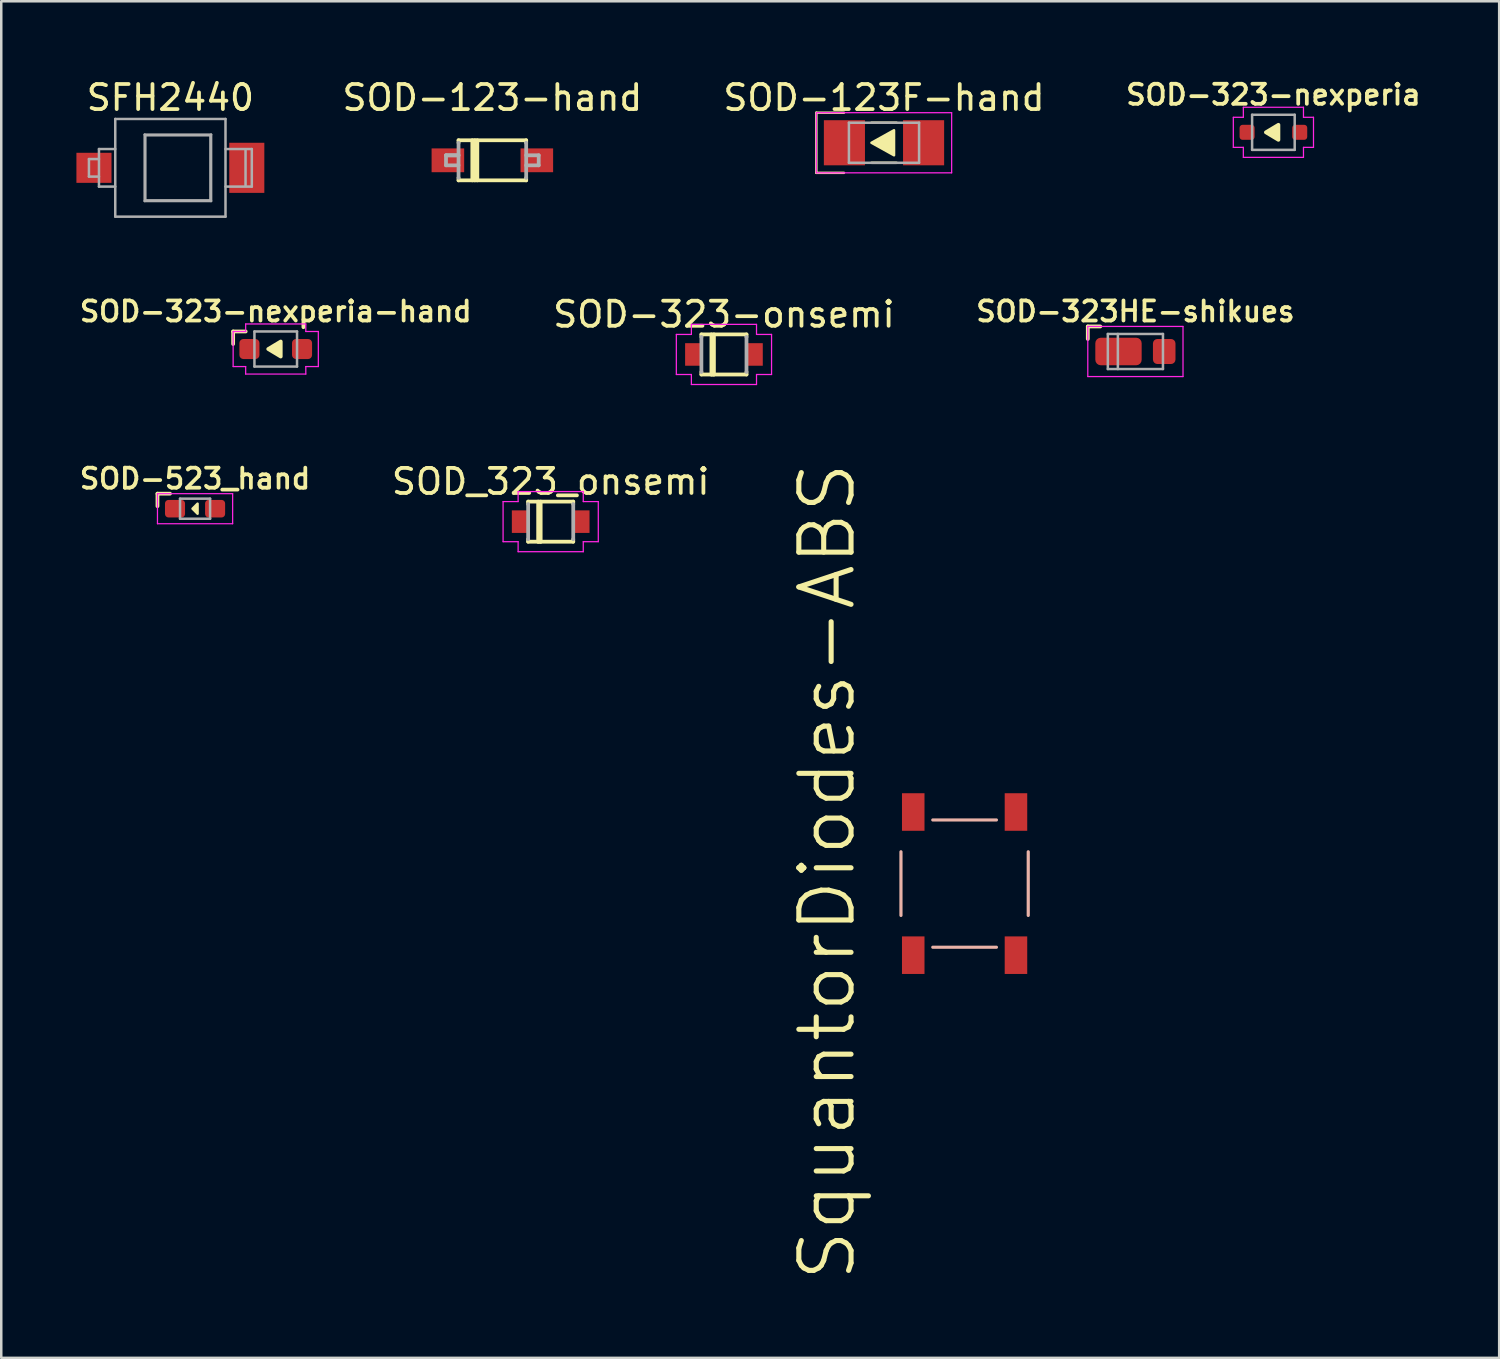
<source format=kicad_pcb>
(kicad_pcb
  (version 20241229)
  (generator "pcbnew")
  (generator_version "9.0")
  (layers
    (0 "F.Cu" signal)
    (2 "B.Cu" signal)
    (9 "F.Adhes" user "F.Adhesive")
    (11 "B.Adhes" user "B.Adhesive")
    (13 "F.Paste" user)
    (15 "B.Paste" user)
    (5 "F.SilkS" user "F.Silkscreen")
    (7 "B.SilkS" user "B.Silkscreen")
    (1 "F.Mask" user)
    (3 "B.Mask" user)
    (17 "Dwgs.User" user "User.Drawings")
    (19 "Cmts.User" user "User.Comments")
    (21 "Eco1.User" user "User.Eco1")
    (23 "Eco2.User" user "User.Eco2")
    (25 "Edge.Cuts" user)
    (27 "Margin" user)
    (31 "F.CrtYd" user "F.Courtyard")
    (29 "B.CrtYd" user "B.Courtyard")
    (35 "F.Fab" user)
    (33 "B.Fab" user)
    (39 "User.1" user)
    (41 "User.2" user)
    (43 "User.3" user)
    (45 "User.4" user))
  (footprint "SquantorDiodes-ABS"
    (layer "F.Cu")
    (at 35.449 32.216)
    (property "Reference" "SquantorDiodes-ABS" (at -5.486 -0.483 90) (layer "F.SilkS") (effects (font (size 2.083 2.083) (thickness 0.203))))
    (attr smd)
    (fp_line (start -2.54 -1.27) (end -2.54 1.27) (stroke (width 0.127) (type solid)) (layer "B.SilkS"))
    (fp_line (start -1.27 -2.54) (end 1.27 -2.54) (stroke (width 0.127) (type solid)) (layer "B.SilkS"))
    (fp_line (start -1.27 2.54) (end 1.27 2.54) (stroke (width 0.127) (type solid)) (layer "B.SilkS"))
    (fp_line (start 2.54 -1.27) (end 2.54 1.27) (stroke (width 0.127) (type solid)) (layer "B.SilkS"))
    (pad "+" smd rect (at 2.05 -2.857 90) (size 1.499 0.899) (layers "F.Cu" "F.Mask" "F.Paste"))
    (pad "-" smd rect (at -2.05 -2.857 270) (size 1.499 0.899) (layers "F.Cu" "F.Mask" "F.Paste"))
    (pad "AC@1" smd rect (at -2.05 2.857 270) (size 1.499 0.899) (layers "F.Cu" "F.Mask" "F.Paste"))
    (pad "AC@2" smd rect (at 2.05 2.857 90) (size 1.499 0.899) (layers "F.Cu" "F.Mask" "F.Paste")))
  (footprint "SOD-523_hand"
    (layer "F.Cu")
    (at 4.735 17.253)
    (property "Reference" "SOD-523_hand" (at 0 -1.2 0) (layer "F.SilkS") (effects (font (size 0.8 0.8) (thickness 0.15))))
    (attr smd)
    (fp_line (start -1.5 -0.6) (end -1.5 -0.1) (stroke (width 0.15) (type default)) (layer "F.SilkS"))
    (fp_line (start -1.5 -0.6) (end -1 -0.6) (stroke (width 0.15) (type default)) (layer "F.SilkS"))
    (fp_poly (pts (xy 0.1 0.2) (xy -0.1 0) (xy 0.1 -0.2)) (stroke (width 0.1) (type solid)) (fill yes) (layer "F.SilkS"))
    (fp_line (start -1.5 -0.6) (end 1.5 -0.6) (stroke (width 0.05) (type solid)) (layer "F.CrtYd"))
    (fp_line (start -1.5 0.6) (end -1.5 -0.6) (stroke (width 0.05) (type solid)) (layer "F.CrtYd"))
    (fp_line (start 1.5 -0.6) (end 1.5 0.6) (stroke (width 0.05) (type solid)) (layer "F.CrtYd"))
    (fp_line (start 1.5 0.6) (end -1.5 0.6) (stroke (width 0.05) (type solid)) (layer "F.CrtYd"))
    (fp_line (start -0.6 -0.4) (end 0.6 -0.4) (stroke (width 0.1) (type default)) (layer "F.Fab"))
    (fp_line (start -0.6 0.4) (end -0.6 -0.4) (stroke (width 0.1) (type default)) (layer "F.Fab"))
    (fp_line (start 0.6 -0.4) (end 0.6 0.4) (stroke (width 0.1) (type default)) (layer "F.Fab"))
    (fp_line (start 0.6 0.4) (end -0.6 0.4) (stroke (width 0.1) (type default)) (layer "F.Fab"))
    (pad "1" smd roundrect (at -0.8 0) (size 0.8 0.7) (layers "F.Cu" "F.Mask" "F.Paste") (roundrect_rratio 0.2))
    (pad "2" smd roundrect (at 0.8 0) (size 0.8 0.7) (layers "F.Cu" "F.Mask" "F.Paste") (roundrect_rratio 0.2)))
  (footprint "SFH2440"
    (layer "F.Cu")
    (at 3.75 3.648)
    (property "Reference" "SFH2440" (at 0 -2.8 0) (layer "F.SilkS") (effects (font (size 1 1) (thickness 0.15))))
    (attr smd)
    (fp_line (start -3.25 -0.35) (end -3.25 0.35) (stroke (width 0.1) (type solid)) (layer "F.Fab"))
    (fp_line (start -3.25 -0.35) (end -2.85 -0.35) (stroke (width 0.1) (type solid)) (layer "F.Fab"))
    (fp_line (start -3.25 0.35) (end -2.85 0.35) (stroke (width 0.1) (type solid)) (layer "F.Fab"))
    (fp_line (start -2.85 -0.75) (end -2.85 0.75) (stroke (width 0.1) (type solid)) (layer "F.Fab"))
    (fp_line (start -2.85 -0.75) (end -2.2 -0.75) (stroke (width 0.1) (type solid)) (layer "F.Fab"))
    (fp_line (start -2.85 0.75) (end -2.2 0.75) (stroke (width 0.1) (type solid)) (layer "F.Fab"))
    (fp_line (start -2.2 -1.95) (end 2.2 -1.95) (stroke (width 0.1) (type solid)) (layer "F.Fab"))
    (fp_line (start -2.2 1.95) (end -2.2 -1.95) (stroke (width 0.1) (type solid)) (layer "F.Fab"))
    (fp_line (start -1.025 -1.325) (end -1.025 1.325) (stroke (width 0.1) (type solid)) (layer "F.Fab"))
    (fp_line (start -1.025 1.325) (end 1.625 1.325) (stroke (width 0.1) (type solid)) (layer "F.Fab"))
    (fp_line (start 1.625 -1.325) (end -1.025 -1.325) (stroke (width 0.1) (type solid)) (layer "F.Fab"))
    (fp_line (start 1.625 1.325) (end 1.625 -1.325) (stroke (width 0.1) (type solid)) (layer "F.Fab"))
    (fp_line (start 2.2 -1.95) (end 2.2 1.95) (stroke (width 0.1) (type solid)) (layer "F.Fab"))
    (fp_line (start 2.2 1.95) (end -2.2 1.95) (stroke (width 0.1) (type solid)) (layer "F.Fab"))
    (fp_line (start 3 -0.7) (end 3 0.7) (stroke (width 0.1) (type solid)) (layer "F.Fab"))
    (fp_line (start 3.25 -0.75) (end 2.2 -0.75) (stroke (width 0.1) (type solid)) (layer "F.Fab"))
    (fp_line (start 3.25 0.75) (end 2.2 0.75) (stroke (width 0.1) (type solid)) (layer "F.Fab"))
    (fp_line (start 3.25 0.75) (end 3.25 -0.75) (stroke (width 0.1) (type solid)) (layer "F.Fab"))
    (fp_poly (pts (xy -1 -1.3) (xy 1.6 -1.3) (xy 1.6 1.3) (xy -1 1.3)) (stroke (width 0.1) (type solid)) (fill no) (layer "F.Fab"))
    (pad "1" smd rect (at -3.05 0) (size 1.4 1.2) (layers "F.Cu" "F.Mask" "F.Paste"))
    (pad "2" smd rect (at 3.05 0) (size 1.4 2) (layers "F.Cu" "F.Mask" "F.Paste")))
  (footprint "SOD_323_onsemi"
    (layer "F.Cu")
    (at 18.929 17.77)
    (property "Reference" "SOD_323_onsemi" (at 0 -1.6 0) (layer "F.SilkS") (effects (font (size 1 1) (thickness 0.15))))
    (attr through_hole)
    (fp_line (start -0.9 -0.8) (end -0.9 -0.7) (stroke (width 0.15) (type solid)) (layer "F.SilkS"))
    (fp_line (start -0.9 -0.8) (end 0.9 -0.8) (stroke (width 0.15) (type solid)) (layer "F.SilkS"))
    (fp_line (start -0.9 0.8) (end -0.9 0.7) (stroke (width 0.15) (type solid)) (layer "F.SilkS"))
    (fp_line (start -0.5 -0.8) (end -0.5 0.8) (stroke (width 0.15) (type solid)) (layer "F.SilkS"))
    (fp_line (start -0.5 0.8) (end -0.4 0.8) (stroke (width 0.15) (type solid)) (layer "F.SilkS"))
    (fp_line (start -0.4 0.8) (end -0.4 -0.8) (stroke (width 0.15) (type solid)) (layer "F.SilkS"))
    (fp_line (start 0.9 -0.7) (end 0.9 -0.8) (stroke (width 0.15) (type solid)) (layer "F.SilkS"))
    (fp_line (start 0.9 0.8) (end -0.9 0.8) (stroke (width 0.15) (type solid)) (layer "F.SilkS"))
    (fp_line (start 0.9 0.8) (end 0.9 0.7) (stroke (width 0.15) (type solid)) (layer "F.SilkS"))
    (fp_line (start -1.9 -0.8) (end -1.9 0.8) (stroke (width 0.05) (type solid)) (layer "F.CrtYd"))
    (fp_line (start -1.9 0.8) (end -1.3 0.8) (stroke (width 0.05) (type solid)) (layer "F.CrtYd"))
    (fp_line (start -1.3 -1.2) (end -1.3 -0.8) (stroke (width 0.05) (type solid)) (layer "F.CrtYd"))
    (fp_line (start -1.3 -0.8) (end -1.9 -0.8) (stroke (width 0.05) (type solid)) (layer "F.CrtYd"))
    (fp_line (start -1.3 0.8) (end -1.3 1.2) (stroke (width 0.05) (type solid)) (layer "F.CrtYd"))
    (fp_line (start -1.3 1.2) (end 1.3 1.2) (stroke (width 0.05) (type solid)) (layer "F.CrtYd"))
    (fp_line (start 1.3 -1.2) (end -1.3 -1.2) (stroke (width 0.05) (type solid)) (layer "F.CrtYd"))
    (fp_line (start 1.3 -0.8) (end 1.3 -1.2) (stroke (width 0.05) (type solid)) (layer "F.CrtYd"))
    (fp_line (start 1.3 0.8) (end 1.9 0.8) (stroke (width 0.05) (type solid)) (layer "F.CrtYd"))
    (fp_line (start 1.3 1.2) (end 1.3 0.8) (stroke (width 0.05) (type solid)) (layer "F.CrtYd"))
    (fp_line (start 1.9 -0.8) (end 1.3 -0.8) (stroke (width 0.05) (type solid)) (layer "F.CrtYd"))
    (fp_line (start 1.9 0.8) (end 1.9 -0.8) (stroke (width 0.05) (type solid)) (layer "F.CrtYd"))
    (fp_line (start -0.9 0.7) (end -0.9 -0.7) (stroke (width 0.15) (type solid)) (layer "F.Fab"))
    (fp_line (start 0.9 -0.7) (end 0.9 0.7) (stroke (width 0.15) (type solid)) (layer "F.Fab"))
    (pad "1" smd rect (at -1.2 0) (size 0.7 0.9) (layers "F.Cu" "F.Mask" "F.Paste"))
    (pad "2" smd rect (at 1.2 0) (size 0.7 0.9) (layers "F.Cu" "F.Mask" "F.Paste")))
  (footprint "SOD-323-onsemi"
    (layer "F.Cu")
    (at 25.844 11.097)
    (property "Reference" "SOD-323-onsemi" (at 0 -1.6 0) (layer "F.SilkS") (effects (font (size 1 1) (thickness 0.15))))
    (attr through_hole)
    (fp_line (start -0.9 -0.8) (end -0.9 -0.7) (stroke (width 0.15) (type solid)) (layer "F.SilkS"))
    (fp_line (start -0.9 -0.8) (end 0.9 -0.8) (stroke (width 0.15) (type solid)) (layer "F.SilkS"))
    (fp_line (start -0.9 0.8) (end -0.9 0.7) (stroke (width 0.15) (type solid)) (layer "F.SilkS"))
    (fp_line (start -0.5 -0.8) (end -0.5 0.8) (stroke (width 0.15) (type solid)) (layer "F.SilkS"))
    (fp_line (start -0.5 0.8) (end -0.4 0.8) (stroke (width 0.15) (type solid)) (layer "F.SilkS"))
    (fp_line (start -0.4 0.8) (end -0.4 -0.8) (stroke (width 0.15) (type solid)) (layer "F.SilkS"))
    (fp_line (start 0.9 -0.7) (end 0.9 -0.8) (stroke (width 0.15) (type solid)) (layer "F.SilkS"))
    (fp_line (start 0.9 0.8) (end -0.9 0.8) (stroke (width 0.15) (type solid)) (layer "F.SilkS"))
    (fp_line (start 0.9 0.8) (end 0.9 0.7) (stroke (width 0.15) (type solid)) (layer "F.SilkS"))
    (fp_line (start -1.9 -0.8) (end -1.9 0.8) (stroke (width 0.05) (type solid)) (layer "F.CrtYd"))
    (fp_line (start -1.9 0.8) (end -1.3 0.8) (stroke (width 0.05) (type solid)) (layer "F.CrtYd"))
    (fp_line (start -1.3 -1.2) (end -1.3 -0.8) (stroke (width 0.05) (type solid)) (layer "F.CrtYd"))
    (fp_line (start -1.3 -0.8) (end -1.9 -0.8) (stroke (width 0.05) (type solid)) (layer "F.CrtYd"))
    (fp_line (start -1.3 0.8) (end -1.3 1.2) (stroke (width 0.05) (type solid)) (layer "F.CrtYd"))
    (fp_line (start -1.3 1.2) (end 1.3 1.2) (stroke (width 0.05) (type solid)) (layer "F.CrtYd"))
    (fp_line (start 1.3 -1.2) (end -1.3 -1.2) (stroke (width 0.05) (type solid)) (layer "F.CrtYd"))
    (fp_line (start 1.3 -0.8) (end 1.3 -1.2) (stroke (width 0.05) (type solid)) (layer "F.CrtYd"))
    (fp_line (start 1.3 0.8) (end 1.9 0.8) (stroke (width 0.05) (type solid)) (layer "F.CrtYd"))
    (fp_line (start 1.3 1.2) (end 1.3 0.8) (stroke (width 0.05) (type solid)) (layer "F.CrtYd"))
    (fp_line (start 1.9 -0.8) (end 1.3 -0.8) (stroke (width 0.05) (type solid)) (layer "F.CrtYd"))
    (fp_line (start 1.9 0.8) (end 1.9 -0.8) (stroke (width 0.05) (type solid)) (layer "F.CrtYd"))
    (fp_line (start -0.9 0.7) (end -0.9 -0.7) (stroke (width 0.15) (type solid)) (layer "F.Fab"))
    (fp_line (start 0.9 -0.7) (end 0.9 0.7) (stroke (width 0.15) (type solid)) (layer "F.Fab"))
    (pad "1" smd rect (at -1.2 0) (size 0.7 0.9) (layers "F.Cu" "F.Mask" "F.Paste"))
    (pad "2" smd rect (at 1.2 0) (size 0.7 0.9) (layers "F.Cu" "F.Mask" "F.Paste")))
  (footprint "SOD-123F-hand"
    (layer "F.Cu")
    (at 32.232 2.648)
    (property "Reference" "SOD-123F-hand" (at 0 -1.8 0) (layer "F.SilkS") (effects (font (size 1 1) (thickness 0.15))))
    (attr smd)
    (fp_line (start -2.7 -1.2) (end -2.7 1.2) (stroke (width 0.1) (type default)) (layer "F.SilkS"))
    (fp_line (start -2.7 1.2) (end -1.6 1.2) (stroke (width 0.1) (type default)) (layer "F.SilkS"))
    (fp_line (start -1.6 -1.2) (end -2.7 -1.2) (stroke (width 0.1) (type default)) (layer "F.SilkS"))
    (fp_line (start -0.5 -0.8) (end 0.5 -0.8) (stroke (width 0.1) (type default)) (layer "F.SilkS"))
    (fp_line (start -0.5 0.8) (end 0.5 0.8) (stroke (width 0.1) (type default)) (layer "F.SilkS"))
    (fp_poly (pts (xy 0.4 0.5) (xy 0.4 -0.5) (xy -0.5 0)) (stroke (width 0.1) (type solid)) (fill yes) (layer "F.SilkS"))
    (fp_line (start -2.7 -1.2) (end 2.7 -1.2) (stroke (width 0.05) (type solid)) (layer "F.CrtYd"))
    (fp_line (start -2.7 1.2) (end -2.7 -1.2) (stroke (width 0.05) (type solid)) (layer "F.CrtYd"))
    (fp_line (start 2.7 -1.2) (end 2.7 1.2) (stroke (width 0.05) (type solid)) (layer "F.CrtYd"))
    (fp_line (start 2.7 1.2) (end -2.7 1.2) (stroke (width 0.05) (type solid)) (layer "F.CrtYd"))
    (fp_line (start -1.4 -0.8) (end 1.4 -0.8) (stroke (width 0.1) (type default)) (layer "F.Fab"))
    (fp_line (start -1.4 0.8) (end -1.4 -0.8) (stroke (width 0.1) (type default)) (layer "F.Fab"))
    (fp_line (start 1.4 -0.8) (end 1.4 0.8) (stroke (width 0.1) (type default)) (layer "F.Fab"))
    (fp_line (start 1.4 0.8) (end -1.4 0.8) (stroke (width 0.1) (type default)) (layer "F.Fab"))
    (pad "1" smd rect (at -1.58 0) (size 1.64 1.8) (layers "F.Cu" "F.Mask" "F.Paste"))
    (pad "2" smd rect (at 1.58 0) (size 1.64 1.8) (layers "F.Cu" "F.Mask" "F.Paste")))
  (footprint "SOD-323-nexperia-hand"
    (layer "F.Cu")
    (at 7.955 10.88)
    (property "Reference" "SOD-323-nexperia-hand" (at 0 -1.5 0) (unlocked yes) (layer "F.SilkS") (effects (font (size 0.8 0.8) (thickness 0.15))))
    (attr smd)
    (fp_line (start -1.7 -0.7) (end -1.7 -0.2) (stroke (width 0.15) (type default)) (layer "F.SilkS"))
    (fp_line (start -1.7 -0.7) (end -1.2 -0.7) (stroke (width 0.15) (type default)) (layer "F.SilkS"))
    (fp_poly (pts (xy -0.3 0) (xy 0.2 -0.3) (xy 0.2 0.3)) (stroke (width 0.15) (type solid)) (fill yes) (layer "F.SilkS"))
    (fp_line (start -1.7 -0.7) (end -1.2 -0.7) (stroke (width 0.05) (type default)) (layer "F.CrtYd"))
    (fp_line (start -1.7 0.7) (end -1.7 -0.7) (stroke (width 0.05) (type default)) (layer "F.CrtYd"))
    (fp_line (start -1.2 -1) (end 1.2 -1) (stroke (width 0.05) (type default)) (layer "F.CrtYd"))
    (fp_line (start -1.2 -0.7) (end -1.2 -1) (stroke (width 0.05) (type default)) (layer "F.CrtYd"))
    (fp_line (start -1.2 0.7) (end -1.7 0.7) (stroke (width 0.05) (type default)) (layer "F.CrtYd"))
    (fp_line (start -1.2 1) (end -1.2 0.7) (stroke (width 0.05) (type default)) (layer "F.CrtYd"))
    (fp_line (start 1.2 -1) (end 1.2 -0.7) (stroke (width 0.05) (type default)) (layer "F.CrtYd"))
    (fp_line (start 1.2 -0.7) (end 1.7 -0.7) (stroke (width 0.05) (type default)) (layer "F.CrtYd"))
    (fp_line (start 1.2 0.7) (end 1.2 1) (stroke (width 0.05) (type default)) (layer "F.CrtYd"))
    (fp_line (start 1.2 1) (end -1.2 1) (stroke (width 0.05) (type default)) (layer "F.CrtYd"))
    (fp_line (start 1.7 -0.7) (end 1.7 0.7) (stroke (width 0.05) (type default)) (layer "F.CrtYd"))
    (fp_line (start 1.7 0.7) (end 1.2 0.7) (stroke (width 0.05) (type default)) (layer "F.CrtYd"))
    (fp_line (start -0.85 -0.7) (end 0.85 -0.7) (stroke (width 0.1) (type default)) (layer "F.Fab"))
    (fp_line (start -0.85 0.7) (end -0.85 -0.7) (stroke (width 0.1) (type default)) (layer "F.Fab"))
    (fp_line (start 0.85 -0.7) (end 0.85 0.7) (stroke (width 0.1) (type default)) (layer "F.Fab"))
    (fp_line (start 0.85 0.7) (end -0.85 0.7) (stroke (width 0.1) (type default)) (layer "F.Fab"))
    (pad "1" smd roundrect (at -1.05 0) (size 0.8 0.8) (layers "F.Cu" "F.Mask" "F.Paste") (roundrect_rratio 0.2))
    (pad "2" smd roundrect (at 1.05 0) (size 0.8 0.8) (layers "F.Cu" "F.Mask" "F.Paste") (roundrect_rratio 0.2)))
  (footprint "SOD-323HE-shikues"
    (layer "F.Cu")
    (at 42.266 10.979)
    (property "Reference" "SOD-323HE-shikues" (at 0 -1.6 0) (unlocked yes) (layer "F.SilkS") (effects (font (size 0.8 0.8) (thickness 0.15))))
    (attr smd)
    (fp_line (start -1.9 -1) (end -1.9 -0.5) (stroke (width 0.15) (type default)) (layer "F.SilkS"))
    (fp_line (start -1.9 -1) (end -1.4 -1) (stroke (width 0.15) (type default)) (layer "F.SilkS"))
    (fp_line (start -1.9 -1) (end 1.9 -1) (stroke (width 0.05) (type default)) (layer "F.CrtYd"))
    (fp_line (start -1.9 1) (end -1.9 -1) (stroke (width 0.05) (type default)) (layer "F.CrtYd"))
    (fp_line (start 1.9 -1) (end 1.9 1) (stroke (width 0.05) (type default)) (layer "F.CrtYd"))
    (fp_line (start 1.9 1) (end -1.9 1) (stroke (width 0.05) (type default)) (layer "F.CrtYd"))
    (fp_line (start -1.1 -0.7) (end 1.1 -0.7) (stroke (width 0.1) (type default)) (layer "F.Fab"))
    (fp_line (start -1.1 0.7) (end -1.1 -0.7) (stroke (width 0.1) (type default)) (layer "F.Fab"))
    (fp_line (start -0.7 -0.7) (end -0.7 0.7) (stroke (width 0.1) (type default)) (layer "F.Fab"))
    (fp_line (start 1.1 -0.7) (end 1.1 0.7) (stroke (width 0.1) (type default)) (layer "F.Fab"))
    (fp_line (start 1.1 0.7) (end -1.1 0.7) (stroke (width 0.1) (type default)) (layer "F.Fab"))
    (pad "1" smd roundrect (at -0.675 0) (size 1.85 1.1) (layers "F.Cu" "F.Mask" "F.Paste") (roundrect_rratio 0.2))
    (pad "2" smd roundrect (at 1.15 0) (size 0.9 1) (layers "F.Cu" "F.Mask" "F.Paste") (roundrect_rratio 0.2)))
  (footprint "SOD-323-nexperia"
    (layer "F.Cu")
    (at 47.774 2.231)
    (property "Reference" "SOD-323-nexperia" (at 0 -1.5 0) (unlocked yes) (layer "F.SilkS") (effects (font (size 0.8 0.8) (thickness 0.15))))
    (attr smd)
    (fp_poly (pts (xy -0.3 0) (xy 0.2 -0.3) (xy 0.2 0.3)) (stroke (width 0.15) (type solid)) (fill yes) (layer "F.SilkS"))
    (fp_line (start -1.6 -0.6) (end -1.2 -0.6) (stroke (width 0.05) (type default)) (layer "F.CrtYd"))
    (fp_line (start -1.6 0.6) (end -1.6 -0.6) (stroke (width 0.05) (type default)) (layer "F.CrtYd"))
    (fp_line (start -1.2 -1) (end 1.2 -1) (stroke (width 0.05) (type default)) (layer "F.CrtYd"))
    (fp_line (start -1.2 -0.6) (end -1.2 -1) (stroke (width 0.05) (type default)) (layer "F.CrtYd"))
    (fp_line (start -1.2 0.6) (end -1.6 0.6) (stroke (width 0.05) (type default)) (layer "F.CrtYd"))
    (fp_line (start -1.2 1) (end -1.2 0.6) (stroke (width 0.05) (type default)) (layer "F.CrtYd"))
    (fp_line (start 1.2 -1) (end 1.2 -0.6) (stroke (width 0.05) (type default)) (layer "F.CrtYd"))
    (fp_line (start 1.2 -0.6) (end 1.6 -0.6) (stroke (width 0.05) (type default)) (layer "F.CrtYd"))
    (fp_line (start 1.2 0.6) (end 1.2 1) (stroke (width 0.05) (type default)) (layer "F.CrtYd"))
    (fp_line (start 1.2 1) (end -1.2 1) (stroke (width 0.05) (type default)) (layer "F.CrtYd"))
    (fp_line (start 1.6 -0.6) (end 1.6 0.6) (stroke (width 0.05) (type default)) (layer "F.CrtYd"))
    (fp_line (start 1.6 0.6) (end 1.2 0.6) (stroke (width 0.05) (type default)) (layer "F.CrtYd"))
    (fp_line (start -0.85 -0.7) (end 0.85 -0.7) (stroke (width 0.1) (type default)) (layer "F.Fab"))
    (fp_line (start -0.85 0.7) (end -0.85 -0.7) (stroke (width 0.1) (type default)) (layer "F.Fab"))
    (fp_line (start 0.85 -0.7) (end 0.85 0.7) (stroke (width 0.1) (type default)) (layer "F.Fab"))
    (fp_line (start 0.85 0.7) (end -0.85 0.7) (stroke (width 0.1) (type default)) (layer "F.Fab"))
    (pad "1" smd roundrect (at -1.05 0) (size 0.6 0.6) (layers "F.Cu" "F.Mask" "F.Paste") (roundrect_rratio 0.2))
    (pad "2" smd roundrect (at 1.05 0) (size 0.6 0.6) (layers "F.Cu" "F.Mask" "F.Paste") (roundrect_rratio 0.2)))
  (footprint "SOD-123-hand"
    (layer "F.Cu")
    (at 16.601 3.348)
    (property "Reference" "SOD-123-hand" (at 0 -2.5 0) (layer "F.SilkS") (effects (font (size 1 1) (thickness 0.15))))
    (attr through_hole)
    (fp_line (start -1.35 -0.8) (end -1.35 -0.7) (stroke (width 0.15) (type solid)) (layer "F.SilkS"))
    (fp_line (start -1.35 -0.8) (end 1.35 -0.8) (stroke (width 0.15) (type solid)) (layer "F.SilkS"))
    (fp_line (start -1.35 0.8) (end -1.35 0.7) (stroke (width 0.15) (type solid)) (layer "F.SilkS"))
    (fp_line (start -1.35 0.8) (end 1.35 0.8) (stroke (width 0.15) (type solid)) (layer "F.SilkS"))
    (fp_line (start -0.8 -0.8) (end -0.8 0.8) (stroke (width 0.15) (type solid)) (layer "F.SilkS"))
    (fp_line (start -0.7 0.8) (end -0.7 -0.8) (stroke (width 0.15) (type solid)) (layer "F.SilkS"))
    (fp_line (start -0.6 -0.8) (end -0.6 0.8) (stroke (width 0.15) (type solid)) (layer "F.SilkS"))
    (fp_line (start 1.35 -0.8) (end 1.35 -0.7) (stroke (width 0.15) (type solid)) (layer "F.SilkS"))
    (fp_line (start 1.35 0.8) (end 1.35 0.7) (stroke (width 0.15) (type solid)) (layer "F.SilkS"))
    (fp_line (start -1.85 -0.2) (end -1.85 0.2) (stroke (width 0.15) (type solid)) (layer "F.Fab"))
    (fp_line (start -1.85 0.2) (end -1.35 0.2) (stroke (width 0.15) (type solid)) (layer "F.Fab"))
    (fp_line (start -1.35 -0.7) (end -1.35 0.7) (stroke (width 0.15) (type solid)) (layer "F.Fab"))
    (fp_line (start -1.35 -0.2) (end -1.85 -0.2) (stroke (width 0.15) (type solid)) (layer "F.Fab"))
    (fp_line (start -1.35 -0.2) (end -1.85 -0.2) (stroke (width 0.15) (type solid)) (layer "F.Fab"))
    (fp_line (start 1.35 -0.2) (end 1.85 -0.2) (stroke (width 0.15) (type solid)) (layer "F.Fab"))
    (fp_line (start 1.35 0.7) (end 1.35 -0.7) (stroke (width 0.15) (type solid)) (layer "F.Fab"))
    (fp_line (start 1.85 -0.2) (end 1.85 0.2) (stroke (width 0.15) (type solid)) (layer "F.Fab"))
    (fp_line (start 1.85 0.2) (end 1.35 0.2) (stroke (width 0.15) (type solid)) (layer "F.Fab"))
    (pad "1" smd rect (at -1.775 0) (size 1.3 0.95) (layers "F.Cu" "F.Mask" "F.Paste"))
    (pad "2" smd rect (at 1.775 0) (size 1.3 0.95) (layers "F.Cu" "F.Mask" "F.Paste")))
  (gr_rect
    (start -3 -3)
    (end 56.785 51.145)
    (stroke (width 0.1) (type default))
    (fill no)
    (layer "Edge.Cuts")))
</source>
